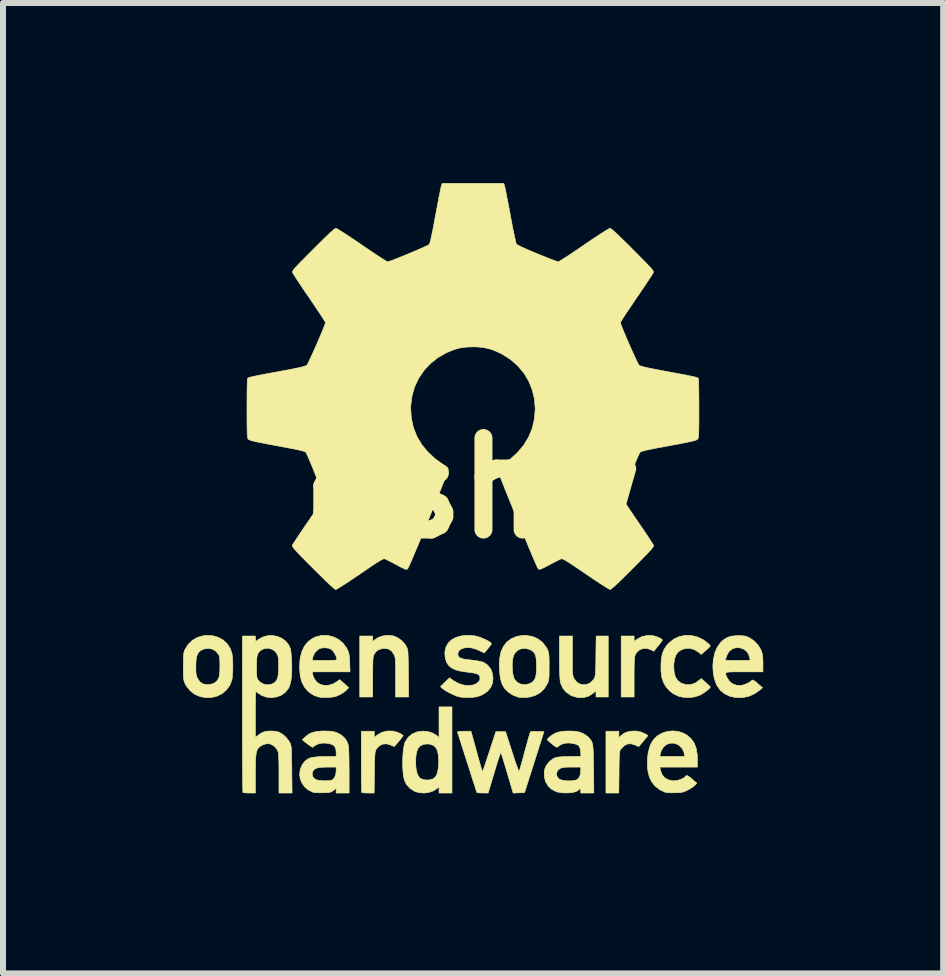
<source format=kicad_pcb>
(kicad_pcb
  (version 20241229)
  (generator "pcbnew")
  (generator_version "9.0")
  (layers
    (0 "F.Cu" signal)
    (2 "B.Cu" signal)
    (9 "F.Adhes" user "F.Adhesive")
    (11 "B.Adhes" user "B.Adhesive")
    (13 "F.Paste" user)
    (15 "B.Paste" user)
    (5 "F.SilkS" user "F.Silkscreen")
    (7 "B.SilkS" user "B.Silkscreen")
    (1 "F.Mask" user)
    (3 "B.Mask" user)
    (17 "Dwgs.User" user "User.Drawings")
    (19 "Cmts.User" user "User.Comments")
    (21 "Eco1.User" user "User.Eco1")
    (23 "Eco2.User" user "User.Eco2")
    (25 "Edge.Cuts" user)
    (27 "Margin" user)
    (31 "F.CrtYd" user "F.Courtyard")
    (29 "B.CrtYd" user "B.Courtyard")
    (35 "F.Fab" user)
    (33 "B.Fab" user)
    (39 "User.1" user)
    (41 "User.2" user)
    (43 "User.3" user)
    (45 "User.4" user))
  (footprint "oshw"
    (layer "F.Cu")
    (at 4.825 5.085)
    (property "Reference" "oshw" (at 0 0 0) (layer "F.SilkS") (effects (font (size 1.524 1.524) (thickness 0.3))))
    (attr through_hole)
    (fp_poly (pts (xy 3.019 2.461) (xy 3.066 2.474) (xy 3.11 2.492) (xy 3.144 2.51) (xy 3.161 2.526) (xy 3.162 2.53) (xy 3.155 2.545) (xy 3.134 2.575) (xy 3.105 2.613) (xy 3.091 2.63) (xy 3.02 2.717) (xy 2.968 2.691) (xy 2.903 2.67) (xy 2.839 2.673) (xy 2.781 2.696) (xy 2.733 2.74) (xy 2.715 2.77) (xy 2.708 2.785) (xy 2.703 2.806) (xy 2.699 2.833) (xy 2.696 2.871) (xy 2.694 2.922) (xy 2.693 2.991) (xy 2.692 3.08) (xy 2.692 3.146) (xy 2.692 3.48) (xy 2.477 3.48) (xy 2.477 2.464) (xy 2.692 2.464) (xy 2.692 2.553) (xy 2.743 2.517) (xy 2.822 2.474) (xy 2.911 2.454) (xy 2.975 2.454) (xy 3.019 2.461)) (stroke (width 0.01) (type solid)) (fill yes) (layer "F.SilkS"))
    (fp_poly (pts (xy 2.808 4.064) (xy 2.875 4.094) (xy 2.923 4.123) (xy 2.85 4.211) (xy 2.817 4.251) (xy 2.791 4.282) (xy 2.775 4.301) (xy 2.772 4.304) (xy 2.76 4.302) (xy 2.732 4.291) (xy 2.71 4.281) (xy 2.645 4.26) (xy 2.583 4.263) (xy 2.525 4.292) (xy 2.473 4.346) (xy 2.471 4.348) (xy 2.463 4.36) (xy 2.457 4.374) (xy 2.452 4.393) (xy 2.449 4.42) (xy 2.446 4.459) (xy 2.444 4.512) (xy 2.443 4.583) (xy 2.441 4.675) (xy 2.441 4.732) (xy 2.437 5.08) (xy 2.223 5.08) (xy 2.223 4.051) (xy 2.438 4.051) (xy 2.438 4.158) (xy 2.473 4.125) (xy 2.514 4.092) (xy 2.556 4.07) (xy 2.611 4.055) (xy 2.632 4.051) (xy 2.72 4.046) (xy 2.808 4.064)) (stroke (width 0.01) (type solid)) (fill yes) (layer "F.SilkS"))
    (fp_poly (pts (xy 1.664 2.792) (xy 1.664 2.892) (xy 1.664 2.97) (xy 1.665 3.03) (xy 1.667 3.074) (xy 1.67 3.106) (xy 1.674 3.13) (xy 1.68 3.149) (xy 1.688 3.166) (xy 1.693 3.175) (xy 1.733 3.228) (xy 1.785 3.262) (xy 1.843 3.276) (xy 1.903 3.27) (xy 1.96 3.245) (xy 2.008 3.199) (xy 2.025 3.175) (xy 2.033 3.16) (xy 2.039 3.143) (xy 2.044 3.12) (xy 2.048 3.089) (xy 2.05 3.046) (xy 2.052 2.988) (xy 2.054 2.912) (xy 2.055 2.814) (xy 2.055 2.797) (xy 2.06 2.464) (xy 2.261 2.464) (xy 2.261 3.48) (xy 2.057 3.48) (xy 2.057 3.376) (xy 2.007 3.42) (xy 1.934 3.466) (xy 1.852 3.49) (xy 1.765 3.491) (xy 1.677 3.469) (xy 1.636 3.451) (xy 1.559 3.398) (xy 1.503 3.331) (xy 1.467 3.249) (xy 1.462 3.225) (xy 1.458 3.193) (xy 1.454 3.139) (xy 1.451 3.067) (xy 1.449 2.98) (xy 1.448 2.881) (xy 1.448 2.812) (xy 1.448 2.464) (xy 1.664 2.464) (xy 1.664 2.792)) (stroke (width 0.01) (type solid)) (fill yes) (layer "F.SilkS"))
    (fp_poly (pts (xy -1.335 4.047) (xy -1.25 4.069) (xy -1.222 4.081) (xy -1.187 4.101) (xy -1.163 4.116) (xy -1.156 4.122) (xy -1.163 4.135) (xy -1.183 4.161) (xy -1.21 4.195) (xy -1.24 4.232) (xy -1.269 4.266) (xy -1.293 4.292) (xy -1.306 4.305) (xy -1.307 4.305) (xy -1.321 4.3) (xy -1.35 4.287) (xy -1.368 4.279) (xy -1.433 4.26) (xy -1.495 4.265) (xy -1.552 4.293) (xy -1.599 4.342) (xy -1.61 4.36) (xy -1.617 4.376) (xy -1.622 4.396) (xy -1.626 4.424) (xy -1.629 4.464) (xy -1.632 4.518) (xy -1.634 4.589) (xy -1.635 4.681) (xy -1.636 4.74) (xy -1.64 5.08) (xy -1.739 5.08) (xy -1.787 5.079) (xy -1.824 5.076) (xy -1.844 5.072) (xy -1.846 5.072) (xy -1.848 5.057) (xy -1.849 5.021) (xy -1.851 4.964) (xy -1.852 4.89) (xy -1.853 4.802) (xy -1.854 4.702) (xy -1.854 4.593) (xy -1.854 4.557) (xy -1.854 4.051) (xy -1.638 4.051) (xy -1.638 4.153) (xy -1.581 4.109) (xy -1.507 4.068) (xy -1.423 4.047) (xy -1.335 4.047)) (stroke (width 0.01) (type solid)) (fill yes) (layer "F.SilkS"))
    (fp_poly (pts (xy -1.328 2.461) (xy -1.313 2.464) (xy -1.244 2.495) (xy -1.178 2.543) (xy -1.125 2.603) (xy -1.105 2.636) (xy -1.096 2.654) (xy -1.089 2.672) (xy -1.083 2.691) (xy -1.079 2.716) (xy -1.076 2.749) (xy -1.074 2.794) (xy -1.072 2.853) (xy -1.071 2.93) (xy -1.07 3.028) (xy -1.069 3.089) (xy -1.065 3.48) (xy -1.283 3.48) (xy -1.283 3.152) (xy -1.283 3.052) (xy -1.283 2.974) (xy -1.284 2.915) (xy -1.286 2.87) (xy -1.289 2.837) (xy -1.294 2.813) (xy -1.3 2.794) (xy -1.307 2.776) (xy -1.311 2.768) (xy -1.35 2.713) (xy -1.401 2.681) (xy -1.466 2.67) (xy -1.49 2.671) (xy -1.557 2.687) (xy -1.609 2.723) (xy -1.641 2.77) (xy -1.648 2.785) (xy -1.654 2.806) (xy -1.658 2.833) (xy -1.66 2.871) (xy -1.662 2.922) (xy -1.663 2.991) (xy -1.664 3.08) (xy -1.664 3.146) (xy -1.664 3.48) (xy -1.88 3.48) (xy -1.88 2.464) (xy -1.664 2.464) (xy -1.664 2.557) (xy -1.635 2.531) (xy -1.572 2.489) (xy -1.494 2.462) (xy -1.41 2.452) (xy -1.328 2.461)) (stroke (width 0.01) (type solid)) (fill yes) (layer "F.SilkS"))
    (fp_poly (pts (xy 3.643 2.455) (xy 3.742 2.478) (xy 3.838 2.522) (xy 3.926 2.588) (xy 3.927 2.589) (xy 3.95 2.612) (xy 3.962 2.628) (xy 3.962 2.63) (xy 3.953 2.642) (xy 3.93 2.666) (xy 3.896 2.697) (xy 3.886 2.705) (xy 3.81 2.771) (xy 3.769 2.736) (xy 3.697 2.69) (xy 3.622 2.669) (xy 3.544 2.672) (xy 3.485 2.691) (xy 3.429 2.727) (xy 3.39 2.779) (xy 3.365 2.848) (xy 3.354 2.937) (xy 3.353 2.972) (xy 3.359 3.067) (xy 3.379 3.143) (xy 3.414 3.2) (xy 3.464 3.242) (xy 3.485 3.252) (xy 3.562 3.275) (xy 3.64 3.272) (xy 3.715 3.245) (xy 3.769 3.208) (xy 3.81 3.173) (xy 3.886 3.239) (xy 3.922 3.272) (xy 3.949 3.298) (xy 3.962 3.314) (xy 3.962 3.316) (xy 3.952 3.332) (xy 3.926 3.357) (xy 3.888 3.386) (xy 3.846 3.416) (xy 3.803 3.442) (xy 3.785 3.451) (xy 3.702 3.478) (xy 3.607 3.49) (xy 3.51 3.485) (xy 3.433 3.467) (xy 3.347 3.426) (xy 3.29 3.383) (xy 3.228 3.316) (xy 3.183 3.241) (xy 3.154 3.154) (xy 3.14 3.051) (xy 3.14 2.933) (xy 3.148 2.833) (xy 3.165 2.752) (xy 3.193 2.685) (xy 3.233 2.624) (xy 3.275 2.578) (xy 3.356 2.514) (xy 3.446 2.473) (xy 3.543 2.453) (xy 3.643 2.455)) (stroke (width 0.01) (type solid)) (fill yes) (layer "F.SilkS"))
    (fp_poly (pts (xy -0.343 5.08) (xy -0.559 5.08) (xy -0.559 4.974) (xy -0.587 5.001) (xy -0.65 5.043) (xy -0.726 5.07) (xy -0.809 5.081) (xy -0.893 5.074) (xy -0.97 5.05) (xy -0.975 5.047) (xy -1.049 4.997) (xy -1.105 4.931) (xy -1.136 4.865) (xy -1.15 4.804) (xy -1.159 4.728) (xy -1.164 4.64) (xy -1.164 4.588) (xy -0.948 4.588) (xy -0.943 4.662) (xy -0.928 4.741) (xy -0.904 4.798) (xy -0.87 4.836) (xy -0.822 4.857) (xy -0.759 4.864) (xy -0.758 4.864) (xy -0.713 4.86) (xy -0.673 4.85) (xy -0.662 4.846) (xy -0.626 4.82) (xy -0.601 4.784) (xy -0.583 4.731) (xy -0.57 4.661) (xy -0.564 4.588) (xy -0.565 4.513) (xy -0.572 4.442) (xy -0.584 4.381) (xy -0.601 4.339) (xy -0.602 4.337) (xy -0.644 4.292) (xy -0.699 4.268) (xy -0.756 4.262) (xy -0.823 4.271) (xy -0.876 4.299) (xy -0.909 4.337) (xy -0.927 4.379) (xy -0.94 4.439) (xy -0.947 4.511) (xy -0.948 4.588) (xy -1.164 4.588) (xy -1.165 4.548) (xy -1.161 4.456) (xy -1.154 4.37) (xy -1.142 4.296) (xy -1.127 4.238) (xy -1.119 4.22) (xy -1.069 4.148) (xy -1.003 4.095) (xy -0.922 4.061) (xy -0.829 4.048) (xy -0.826 4.048) (xy -0.743 4.056) (xy -0.665 4.081) (xy -0.6 4.119) (xy -0.588 4.13) (xy -0.559 4.157) (xy -0.559 3.645) (xy -0.343 3.645) (xy -0.343 5.08)) (stroke (width 0.01) (type solid)) (fill yes) (layer "F.SilkS"))
    (fp_poly (pts (xy 3.426 4.054) (xy 3.516 4.084) (xy 3.571 4.115) (xy 3.64 4.173) (xy 3.692 4.246) (xy 3.726 4.334) (xy 3.744 4.44) (xy 3.747 4.515) (xy 3.747 4.648) (xy 3.121 4.648) (xy 3.13 4.696) (xy 3.155 4.768) (xy 3.198 4.823) (xy 3.257 4.859) (xy 3.331 4.876) (xy 3.355 4.877) (xy 3.415 4.87) (xy 3.473 4.852) (xy 3.521 4.828) (xy 3.542 4.809) (xy 3.556 4.795) (xy 3.57 4.79) (xy 3.589 4.795) (xy 3.616 4.813) (xy 3.656 4.846) (xy 3.69 4.876) (xy 3.737 4.917) (xy 3.7 4.955) (xy 3.67 4.98) (xy 3.626 5.009) (xy 3.582 5.033) (xy 3.54 5.052) (xy 3.505 5.065) (xy 3.467 5.071) (xy 3.418 5.075) (xy 3.372 5.076) (xy 3.314 5.076) (xy 3.263 5.075) (xy 3.226 5.071) (xy 3.213 5.069) (xy 3.12 5.025) (xy 3.039 4.962) (xy 2.98 4.885) (xy 2.946 4.811) (xy 2.923 4.72) (xy 2.913 4.619) (xy 2.914 4.513) (xy 2.919 4.47) (xy 3.121 4.47) (xy 3.531 4.47) (xy 3.531 4.441) (xy 3.52 4.39) (xy 3.491 4.338) (xy 3.45 4.293) (xy 3.416 4.27) (xy 3.351 4.249) (xy 3.287 4.251) (xy 3.228 4.274) (xy 3.18 4.316) (xy 3.144 4.374) (xy 3.13 4.423) (xy 3.121 4.47) (xy 2.919 4.47) (xy 2.927 4.408) (xy 2.953 4.31) (xy 2.969 4.267) (xy 3.016 4.19) (xy 3.079 4.128) (xy 3.156 4.083) (xy 3.242 4.055) (xy 3.334 4.045) (xy 3.426 4.054)) (stroke (width 0.01) (type solid)) (fill yes) (layer "F.SilkS"))
    (fp_poly (pts (xy 0.896 2.454) (xy 0.999 2.472) (xy 1.09 2.512) (xy 1.167 2.572) (xy 1.228 2.651) (xy 1.249 2.691) (xy 1.259 2.715) (xy 1.266 2.739) (xy 1.271 2.769) (xy 1.274 2.809) (xy 1.276 2.864) (xy 1.276 2.938) (xy 1.276 2.972) (xy 1.276 3.054) (xy 1.275 3.115) (xy 1.273 3.16) (xy 1.268 3.194) (xy 1.262 3.22) (xy 1.253 3.243) (xy 1.249 3.253) (xy 1.196 3.34) (xy 1.127 3.408) (xy 1.043 3.455) (xy 0.945 3.482) (xy 0.893 3.487) (xy 0.84 3.488) (xy 0.791 3.486) (xy 0.758 3.482) (xy 0.756 3.481) (xy 0.671 3.448) (xy 0.595 3.398) (xy 0.533 3.336) (xy 0.495 3.272) (xy 0.472 3.201) (xy 0.456 3.112) (xy 0.448 3.014) (xy 0.447 2.953) (xy 0.661 2.953) (xy 0.663 3.029) (xy 0.672 3.1) (xy 0.688 3.159) (xy 0.703 3.19) (xy 0.749 3.238) (xy 0.808 3.267) (xy 0.874 3.275) (xy 0.942 3.261) (xy 0.967 3.25) (xy 1.005 3.226) (xy 1.032 3.193) (xy 1.051 3.149) (xy 1.061 3.09) (xy 1.066 3.011) (xy 1.066 2.972) (xy 1.064 2.884) (xy 1.056 2.817) (xy 1.042 2.768) (xy 1.019 2.732) (xy 0.986 2.705) (xy 0.957 2.69) (xy 0.886 2.67) (xy 0.818 2.674) (xy 0.757 2.699) (xy 0.708 2.746) (xy 0.694 2.767) (xy 0.676 2.815) (xy 0.665 2.879) (xy 0.661 2.953) (xy 0.447 2.953) (xy 0.447 2.914) (xy 0.455 2.819) (xy 0.471 2.737) (xy 0.474 2.726) (xy 0.515 2.637) (xy 0.573 2.563) (xy 0.648 2.507) (xy 0.737 2.47) (xy 0.836 2.454) (xy 0.896 2.454)) (stroke (width 0.01) (type solid)) (fill yes) (layer "F.SilkS"))
    (fp_poly (pts (xy -2.416 2.454) (xy -2.323 2.476) (xy -2.237 2.518) (xy -2.163 2.579) (xy -2.103 2.657) (xy -2.085 2.692) (xy -2.07 2.728) (xy -2.06 2.764) (xy -2.053 2.806) (xy -2.049 2.862) (xy -2.047 2.911) (xy -2.042 3.061) (xy -2.667 3.061) (xy -2.667 3.09) (xy -2.661 3.118) (xy -2.647 3.157) (xy -2.638 3.175) (xy -2.597 3.231) (xy -2.542 3.268) (xy -2.476 3.286) (xy -2.405 3.285) (xy -2.331 3.265) (xy -2.259 3.224) (xy -2.254 3.22) (xy -2.214 3.19) (xy -2.139 3.257) (xy -2.064 3.325) (xy -2.102 3.365) (xy -2.134 3.392) (xy -2.178 3.422) (xy -2.219 3.444) (xy -2.265 3.465) (xy -2.307 3.477) (xy -2.356 3.484) (xy -2.409 3.487) (xy -2.467 3.488) (xy -2.521 3.486) (xy -2.561 3.481) (xy -2.569 3.479) (xy -2.641 3.454) (xy -2.707 3.413) (xy -2.745 3.382) (xy -2.803 3.313) (xy -2.846 3.228) (xy -2.872 3.126) (xy -2.882 3.004) (xy -2.883 2.976) (xy -2.876 2.87) (xy -2.67 2.87) (xy -2.465 2.87) (xy -2.389 2.87) (xy -2.334 2.869) (xy -2.297 2.867) (xy -2.275 2.864) (xy -2.264 2.858) (xy -2.261 2.851) (xy -2.261 2.847) (xy -2.269 2.814) (xy -2.289 2.771) (xy -2.316 2.728) (xy -2.345 2.694) (xy -2.354 2.687) (xy -2.398 2.667) (xy -2.454 2.66) (xy -2.511 2.663) (xy -2.56 2.679) (xy -2.573 2.687) (xy -2.627 2.739) (xy -2.657 2.8) (xy -2.663 2.823) (xy -2.67 2.87) (xy -2.876 2.87) (xy -2.874 2.844) (xy -2.848 2.731) (xy -2.804 2.637) (xy -2.744 2.561) (xy -2.666 2.503) (xy -2.609 2.477) (xy -2.513 2.454) (xy -2.416 2.454)) (stroke (width 0.01) (type solid)) (fill yes) (layer "F.SilkS"))
    (fp_poly (pts (xy -4.335 2.458) (xy -4.241 2.484) (xy -4.158 2.53) (xy -4.089 2.593) (xy -4.038 2.673) (xy -4.011 2.747) (xy -4.003 2.797) (xy -3.997 2.864) (xy -3.995 2.942) (xy -3.995 3.023) (xy -3.999 3.099) (xy -4.005 3.162) (xy -4.011 3.197) (xy -4.046 3.286) (xy -4.101 3.362) (xy -4.171 3.422) (xy -4.254 3.464) (xy -4.347 3.488) (xy -4.446 3.491) (xy -4.535 3.475) (xy -4.624 3.438) (xy -4.702 3.38) (xy -4.765 3.303) (xy -4.793 3.252) (xy -4.803 3.228) (xy -4.81 3.204) (xy -4.815 3.173) (xy -4.818 3.133) (xy -4.819 3.077) (xy -4.82 3.002) (xy -4.82 2.973) (xy -4.612 2.973) (xy -4.611 3.039) (xy -4.608 3.086) (xy -4.602 3.121) (xy -4.593 3.15) (xy -4.582 3.172) (xy -4.544 3.228) (xy -4.494 3.261) (xy -4.431 3.274) (xy -4.397 3.273) (xy -4.341 3.263) (xy -4.299 3.245) (xy -4.295 3.242) (xy -4.262 3.214) (xy -4.239 3.182) (xy -4.223 3.143) (xy -4.214 3.091) (xy -4.211 3.021) (xy -4.21 2.972) (xy -4.211 2.9) (xy -4.213 2.848) (xy -4.218 2.811) (xy -4.226 2.784) (xy -4.232 2.773) (xy -4.275 2.719) (xy -4.331 2.684) (xy -4.397 2.67) (xy -4.466 2.678) (xy -4.501 2.69) (xy -4.542 2.714) (xy -4.573 2.746) (xy -4.593 2.79) (xy -4.606 2.849) (xy -4.611 2.928) (xy -4.612 2.973) (xy -4.82 2.973) (xy -4.82 2.972) (xy -4.819 2.89) (xy -4.818 2.828) (xy -4.816 2.783) (xy -4.812 2.75) (xy -4.806 2.724) (xy -4.797 2.7) (xy -4.793 2.691) (xy -4.739 2.604) (xy -4.669 2.536) (xy -4.584 2.487) (xy -4.486 2.459) (xy -4.439 2.454) (xy -4.335 2.458)) (stroke (width 0.01) (type solid)) (fill yes) (layer "F.SilkS"))
    (fp_poly (pts (xy 4.485 2.459) (xy 4.529 2.463) (xy 4.565 2.472) (xy 4.603 2.488) (xy 4.613 2.493) (xy 4.692 2.545) (xy 4.759 2.616) (xy 4.807 2.698) (xy 4.813 2.713) (xy 4.826 2.754) (xy 4.834 2.8) (xy 4.838 2.856) (xy 4.839 2.921) (xy 4.839 3.061) (xy 4.528 3.061) (xy 4.428 3.061) (xy 4.351 3.061) (xy 4.294 3.063) (xy 4.255 3.066) (xy 4.23 3.072) (xy 4.219 3.082) (xy 4.217 3.096) (xy 4.223 3.115) (xy 4.233 3.14) (xy 4.236 3.147) (xy 4.276 3.213) (xy 4.33 3.259) (xy 4.399 3.284) (xy 4.458 3.289) (xy 4.498 3.283) (xy 4.547 3.267) (xy 4.596 3.245) (xy 4.634 3.221) (xy 4.646 3.209) (xy 4.657 3.199) (xy 4.671 3.198) (xy 4.69 3.207) (xy 4.72 3.229) (xy 4.763 3.266) (xy 4.782 3.282) (xy 4.832 3.326) (xy 4.794 3.359) (xy 4.697 3.427) (xy 4.593 3.472) (xy 4.485 3.492) (xy 4.373 3.487) (xy 4.289 3.468) (xy 4.2 3.427) (xy 4.128 3.367) (xy 4.072 3.288) (xy 4.033 3.189) (xy 4.012 3.085) (xy 4.004 2.964) (xy 4.012 2.87) (xy 4.214 2.87) (xy 4.626 2.87) (xy 4.618 2.823) (xy 4.597 2.76) (xy 4.559 2.712) (xy 4.51 2.678) (xy 4.452 2.66) (xy 4.393 2.658) (xy 4.336 2.675) (xy 4.285 2.711) (xy 4.261 2.742) (xy 4.24 2.782) (xy 4.225 2.822) (xy 4.223 2.829) (xy 4.214 2.87) (xy 4.012 2.87) (xy 4.014 2.849) (xy 4.038 2.743) (xy 4.077 2.652) (xy 4.129 2.578) (xy 4.135 2.571) (xy 4.193 2.519) (xy 4.253 2.485) (xy 4.321 2.465) (xy 4.404 2.458) (xy 4.426 2.458) (xy 4.485 2.459)) (stroke (width 0.01) (type solid)) (fill yes) (layer "F.SilkS"))
    (fp_poly (pts (xy -2.393 4.049) (xy -2.339 4.054) (xy -2.294 4.064) (xy -2.258 4.076) (xy -2.184 4.116) (xy -2.125 4.171) (xy -2.085 4.238) (xy -2.071 4.281) (xy -2.067 4.312) (xy -2.064 4.365) (xy -2.061 4.437) (xy -2.059 4.524) (xy -2.058 4.623) (xy -2.057 4.712) (xy -2.057 5.08) (xy -2.273 5.08) (xy -2.273 5.003) (xy -2.32 5.038) (xy -2.343 5.054) (xy -2.366 5.065) (xy -2.394 5.071) (xy -2.436 5.074) (xy -2.494 5.076) (xy -2.552 5.076) (xy -2.604 5.075) (xy -2.642 5.071) (xy -2.654 5.069) (xy -2.734 5.031) (xy -2.798 4.978) (xy -2.844 4.913) (xy -2.873 4.839) (xy -2.882 4.762) (xy -2.881 4.759) (xy -2.673 4.759) (xy -2.665 4.804) (xy -2.636 4.841) (xy -2.612 4.856) (xy -2.576 4.867) (xy -2.523 4.874) (xy -2.463 4.877) (xy -2.405 4.875) (xy -2.358 4.868) (xy -2.343 4.864) (xy -2.311 4.839) (xy -2.288 4.795) (xy -2.275 4.737) (xy -2.273 4.706) (xy -2.273 4.648) (xy -2.415 4.648) (xy -2.498 4.65) (xy -2.56 4.656) (xy -2.605 4.668) (xy -2.636 4.685) (xy -2.658 4.711) (xy -2.66 4.714) (xy -2.673 4.759) (xy -2.881 4.759) (xy -2.871 4.684) (xy -2.838 4.609) (xy -2.802 4.561) (xy -2.772 4.532) (xy -2.739 4.51) (xy -2.7 4.494) (xy -2.65 4.483) (xy -2.585 4.477) (xy -2.5 4.473) (xy -2.473 4.473) (xy -2.273 4.468) (xy -2.273 4.4) (xy -2.28 4.34) (xy -2.302 4.298) (xy -2.342 4.271) (xy -2.4 4.254) (xy -2.486 4.247) (xy -2.561 4.258) (xy -2.622 4.286) (xy -2.626 4.289) (xy -2.668 4.32) (xy -2.715 4.288) (xy -2.755 4.259) (xy -2.794 4.229) (xy -2.8 4.224) (xy -2.838 4.193) (xy -2.785 4.143) (xy -2.733 4.102) (xy -2.675 4.073) (xy -2.605 4.056) (xy -2.519 4.048) (xy -2.464 4.047) (xy -2.393 4.049)) (stroke (width 0.01) (type solid)) (fill yes) (layer "F.SilkS"))
    (fp_poly (pts (xy -0.003 2.457) (xy 0.044 2.462) (xy 0.1 2.477) (xy 0.164 2.501) (xy 0.227 2.529) (xy 0.278 2.557) (xy 0.297 2.571) (xy 0.308 2.58) (xy 0.312 2.589) (xy 0.309 2.603) (xy 0.295 2.624) (xy 0.269 2.657) (xy 0.23 2.705) (xy 0.225 2.71) (xy 0.195 2.747) (xy 0.112 2.706) (xy 0.048 2.68) (xy -0.016 2.662) (xy -0.042 2.658) (xy -0.111 2.658) (xy -0.169 2.671) (xy -0.213 2.695) (xy -0.239 2.729) (xy -0.245 2.769) (xy -0.24 2.79) (xy -0.228 2.812) (xy -0.207 2.828) (xy -0.173 2.841) (xy -0.122 2.852) (xy -0.052 2.861) (xy -0.016 2.865) (xy 0.048 2.873) (xy 0.108 2.883) (xy 0.155 2.893) (xy 0.182 2.902) (xy 0.249 2.947) (xy 0.299 3.008) (xy 0.324 3.064) (xy 0.341 3.158) (xy 0.334 3.243) (xy 0.304 3.319) (xy 0.251 3.383) (xy 0.177 3.435) (xy 0.151 3.448) (xy 0.102 3.467) (xy 0.056 3.479) (xy 0.001 3.485) (xy -0.044 3.487) (xy -0.104 3.488) (xy -0.161 3.486) (xy -0.206 3.481) (xy -0.215 3.479) (xy -0.268 3.464) (xy -0.331 3.437) (xy -0.397 3.405) (xy -0.455 3.372) (xy -0.493 3.344) (xy -0.534 3.308) (xy -0.459 3.234) (xy -0.384 3.16) (xy -0.319 3.207) (xy -0.23 3.257) (xy -0.136 3.284) (xy -0.065 3.289) (xy 0.004 3.281) (xy 0.06 3.26) (xy 0.101 3.229) (xy 0.123 3.189) (xy 0.122 3.146) (xy 0.113 3.123) (xy 0.096 3.106) (xy 0.067 3.092) (xy 0.022 3.081) (xy -0.041 3.072) (xy -0.094 3.065) (xy -0.202 3.049) (xy -0.288 3.026) (xy -0.354 2.993) (xy -0.402 2.95) (xy -0.435 2.896) (xy -0.456 2.827) (xy -0.456 2.825) (xy -0.462 2.735) (xy -0.446 2.654) (xy -0.408 2.585) (xy -0.351 2.528) (xy -0.275 2.487) (xy -0.182 2.461) (xy -0.127 2.455) (xy -0.066 2.453) (xy -0.003 2.457)) (stroke (width 0.01) (type solid)) (fill yes) (layer "F.SilkS"))
    (fp_poly (pts (xy -0.008 4.115) (xy 0.000434 4.147) (xy 0.015 4.198) (xy 0.033 4.264) (xy 0.054 4.341) (xy 0.077 4.424) (xy 0.084 4.452) (xy 0.106 4.531) (xy 0.126 4.601) (xy 0.143 4.658) (xy 0.156 4.7) (xy 0.164 4.722) (xy 0.165 4.724) (xy 0.171 4.713) (xy 0.183 4.68) (xy 0.201 4.629) (xy 0.223 4.564) (xy 0.249 4.486) (xy 0.277 4.4) (xy 0.28 4.391) (xy 0.388 4.058) (xy 0.55 4.058) (xy 0.659 4.397) (xy 0.687 4.484) (xy 0.713 4.562) (xy 0.736 4.627) (xy 0.755 4.678) (xy 0.768 4.71) (xy 0.776 4.721) (xy 0.776 4.721) (xy 0.782 4.705) (xy 0.793 4.668) (xy 0.808 4.613) (xy 0.828 4.544) (xy 0.85 4.464) (xy 0.87 4.388) (xy 0.894 4.302) (xy 0.915 4.224) (xy 0.934 4.157) (xy 0.95 4.106) (xy 0.96 4.072) (xy 0.965 4.06) (xy 0.981 4.056) (xy 1.016 4.054) (xy 1.063 4.053) (xy 1.082 4.054) (xy 1.19 4.058) (xy 1.028 4.566) (xy 0.866 5.074) (xy 0.771 5.077) (xy 0.677 5.081) (xy 0.578 4.747) (xy 0.552 4.659) (xy 0.528 4.579) (xy 0.507 4.511) (xy 0.49 4.457) (xy 0.478 4.42) (xy 0.472 4.405) (xy 0.471 4.404) (xy 0.466 4.414) (xy 0.454 4.445) (xy 0.438 4.494) (xy 0.417 4.558) (xy 0.393 4.636) (xy 0.367 4.722) (xy 0.362 4.738) (xy 0.26 5.08) (xy 0.169 5.08) (xy 0.124 5.079) (xy 0.089 5.076) (xy 0.072 5.071) (xy 0.072 5.07) (xy 0.067 5.057) (xy 0.055 5.021) (xy 0.038 4.967) (xy 0.015 4.896) (xy -0.013 4.812) (xy -0.043 4.716) (xy -0.076 4.612) (xy -0.089 4.572) (xy -0.123 4.465) (xy -0.155 4.366) (xy -0.184 4.276) (xy -0.208 4.199) (xy -0.228 4.137) (xy -0.242 4.093) (xy -0.25 4.07) (xy -0.251 4.067) (xy -0.247 4.059) (xy -0.227 4.054) (xy -0.187 4.052) (xy -0.142 4.051) (xy -0.027 4.051) (xy -0.008 4.115)) (stroke (width 0.01) (type solid)) (fill yes) (layer "F.SilkS"))
    (fp_poly (pts (xy 1.722 4.053) (xy 1.79 4.067) (xy 1.791 4.067) (xy 1.864 4.1) (xy 1.928 4.147) (xy 1.975 4.205) (xy 1.989 4.232) (xy 1.995 4.25) (xy 2.001 4.271) (xy 2.005 4.299) (xy 2.008 4.337) (xy 2.011 4.386) (xy 2.013 4.452) (xy 2.015 4.535) (xy 2.016 4.64) (xy 2.017 4.683) (xy 2.021 5.08) (xy 1.803 5.08) (xy 1.803 5.032) (xy 1.802 5.003) (xy 1.797 4.997) (xy 1.789 5.008) (xy 1.769 5.028) (xy 1.736 5.049) (xy 1.723 5.056) (xy 1.673 5.07) (xy 1.607 5.078) (xy 1.535 5.079) (xy 1.464 5.074) (xy 1.405 5.061) (xy 1.398 5.059) (xy 1.319 5.019) (xy 1.259 4.963) (xy 1.217 4.893) (xy 1.196 4.812) (xy 1.196 4.743) (xy 1.4 4.743) (xy 1.401 4.787) (xy 1.423 4.828) (xy 1.451 4.852) (xy 1.491 4.866) (xy 1.546 4.875) (xy 1.608 4.878) (xy 1.669 4.875) (xy 1.72 4.865) (xy 1.74 4.858) (xy 1.773 4.827) (xy 1.795 4.775) (xy 1.803 4.706) (xy 1.803 4.696) (xy 1.803 4.648) (xy 1.654 4.648) (xy 1.583 4.649) (xy 1.531 4.652) (xy 1.494 4.658) (xy 1.466 4.668) (xy 1.461 4.67) (xy 1.42 4.702) (xy 1.4 4.743) (xy 1.196 4.743) (xy 1.196 4.724) (xy 1.207 4.67) (xy 1.234 4.613) (xy 1.28 4.558) (xy 1.337 4.513) (xy 1.351 4.505) (xy 1.374 4.494) (xy 1.399 4.486) (xy 1.431 4.481) (xy 1.474 4.477) (xy 1.534 4.474) (xy 1.605 4.473) (xy 1.806 4.468) (xy 1.801 4.393) (xy 1.792 4.335) (xy 1.773 4.296) (xy 1.738 4.272) (xy 1.683 4.256) (xy 1.676 4.254) (xy 1.598 4.246) (xy 1.527 4.253) (xy 1.469 4.274) (xy 1.449 4.288) (xy 1.423 4.307) (xy 1.405 4.318) (xy 1.404 4.318) (xy 1.389 4.311) (xy 1.361 4.292) (xy 1.327 4.266) (xy 1.293 4.238) (xy 1.264 4.213) (xy 1.247 4.196) (xy 1.245 4.192) (xy 1.255 4.173) (xy 1.282 4.147) (xy 1.32 4.118) (xy 1.362 4.092) (xy 1.403 4.073) (xy 1.411 4.07) (xy 1.476 4.055) (xy 1.555 4.048) (xy 1.64 4.047) (xy 1.722 4.053)) (stroke (width 0.01) (type solid)) (fill yes) (layer "F.SilkS"))
    (fp_poly (pts (xy -3.248 2.472) (xy -3.174 2.505) (xy -3.11 2.554) (xy -3.061 2.617) (xy -3.035 2.678) (xy -3.029 2.708) (xy -3.024 2.756) (xy -3.019 2.818) (xy -3.015 2.887) (xy -3.014 2.908) (xy -3.012 3.041) (xy -3.018 3.151) (xy -3.032 3.239) (xy -3.054 3.308) (xy -3.067 3.335) (xy -3.119 3.4) (xy -3.186 3.449) (xy -3.264 3.479) (xy -3.347 3.491) (xy -3.431 3.483) (xy -3.512 3.455) (xy -3.564 3.422) (xy -3.591 3.403) (xy -3.61 3.392) (xy -3.612 3.391) (xy -3.614 3.403) (xy -3.616 3.438) (xy -3.617 3.491) (xy -3.618 3.561) (xy -3.619 3.644) (xy -3.619 3.736) (xy -3.619 3.772) (xy -3.619 4.153) (xy -3.562 4.109) (xy -3.52 4.082) (xy -3.478 4.061) (xy -3.457 4.055) (xy -3.394 4.047) (xy -3.325 4.048) (xy -3.262 4.056) (xy -3.224 4.067) (xy -3.163 4.103) (xy -3.105 4.156) (xy -3.059 4.216) (xy -3.046 4.239) (xy -3.037 4.257) (xy -3.031 4.275) (xy -3.026 4.296) (xy -3.022 4.323) (xy -3.019 4.359) (xy -3.017 4.407) (xy -3.015 4.471) (xy -3.014 4.554) (xy -3.012 4.658) (xy -3.012 4.689) (xy -3.008 5.08) (xy -3.226 5.08) (xy -3.226 4.761) (xy -3.226 4.641) (xy -3.228 4.543) (xy -3.232 4.468) (xy -3.236 4.416) (xy -3.241 4.392) (xy -3.268 4.339) (xy -3.313 4.294) (xy -3.366 4.265) (xy -3.386 4.26) (xy -3.439 4.26) (xy -3.496 4.278) (xy -3.546 4.307) (xy -3.572 4.333) (xy -3.586 4.354) (xy -3.596 4.381) (xy -3.605 4.415) (xy -3.611 4.46) (xy -3.615 4.519) (xy -3.617 4.595) (xy -3.619 4.691) (xy -3.619 4.778) (xy -3.619 5.08) (xy -3.719 5.08) (xy -3.767 5.079) (xy -3.805 5.076) (xy -3.825 5.072) (xy -3.827 5.072) (xy -3.828 5.058) (xy -3.829 5.021) (xy -3.83 4.961) (xy -3.831 4.882) (xy -3.832 4.783) (xy -3.833 4.668) (xy -3.834 4.538) (xy -3.834 4.394) (xy -3.835 4.238) (xy -3.835 4.072) (xy -3.835 3.898) (xy -3.835 3.763) (xy -3.835 2.979) (xy -3.6 2.979) (xy -3.6 3.053) (xy -3.598 3.106) (xy -3.595 3.143) (xy -3.589 3.169) (xy -3.58 3.188) (xy -3.578 3.192) (xy -3.533 3.238) (xy -3.476 3.267) (xy -3.412 3.277) (xy -3.349 3.266) (xy -3.317 3.251) (xy -3.285 3.226) (xy -3.262 3.195) (xy -3.246 3.153) (xy -3.237 3.096) (xy -3.233 3.02) (xy -3.232 2.972) (xy -3.233 2.902) (xy -3.235 2.852) (xy -3.239 2.816) (xy -3.247 2.788) (xy -3.258 2.762) (xy -3.258 2.762) (xy -3.297 2.713) (xy -3.35 2.681) (xy -3.41 2.667) (xy -3.471 2.674) (xy -3.519 2.696) (xy -3.549 2.719) (xy -3.57 2.744) (xy -3.585 2.775) (xy -3.594 2.818) (xy -3.599 2.875) (xy -3.6 2.953) (xy -3.6 2.979) (xy -3.835 2.979) (xy -3.835 2.464) (xy -3.621 2.464) (xy -3.613 2.554) (xy -3.57 2.522) (xy -3.494 2.48) (xy -3.412 2.458) (xy -3.329 2.456) (xy -3.248 2.472)) (stroke (width 0.01) (type solid)) (fill yes) (layer "F.SilkS"))
    (fp_poly (pts (xy 0.531 -5.045) (xy 0.536 -5.025) (xy 0.546 -4.983) (xy 0.558 -4.922) (xy 0.573 -4.845) (xy 0.591 -4.755) (xy 0.61 -4.656) (xy 0.629 -4.553) (xy 0.648 -4.447) (xy 0.667 -4.349) (xy 0.685 -4.261) (xy 0.701 -4.186) (xy 0.714 -4.127) (xy 0.724 -4.087) (xy 0.73 -4.069) (xy 0.749 -4.054) (xy 0.792 -4.032) (xy 0.858 -4) (xy 0.949 -3.961) (xy 1.063 -3.913) (xy 1.077 -3.907) (xy 1.164 -3.872) (xy 1.243 -3.84) (xy 1.313 -3.813) (xy 1.368 -3.792) (xy 1.408 -3.778) (xy 1.427 -3.772) (xy 1.428 -3.772) (xy 1.443 -3.779) (xy 1.476 -3.799) (xy 1.525 -3.83) (xy 1.589 -3.871) (xy 1.663 -3.92) (xy 1.746 -3.976) (xy 1.836 -4.038) (xy 1.856 -4.051) (xy 1.948 -4.114) (xy 2.034 -4.172) (xy 2.111 -4.223) (xy 2.178 -4.266) (xy 2.231 -4.299) (xy 2.269 -4.321) (xy 2.289 -4.33) (xy 2.291 -4.331) (xy 2.306 -4.324) (xy 2.334 -4.302) (xy 2.376 -4.265) (xy 2.432 -4.212) (xy 2.504 -4.142) (xy 2.593 -4.056) (xy 2.671 -3.977) (xy 2.76 -3.888) (xy 2.832 -3.815) (xy 2.89 -3.756) (xy 2.934 -3.71) (xy 2.967 -3.674) (xy 2.99 -3.648) (xy 3.004 -3.628) (xy 3.012 -3.614) (xy 3.014 -3.603) (xy 3.012 -3.594) (xy 3.011 -3.591) (xy 3.001 -3.573) (xy 2.979 -3.537) (xy 2.945 -3.485) (xy 2.902 -3.42) (xy 2.851 -3.344) (xy 2.794 -3.26) (xy 2.733 -3.171) (xy 2.731 -3.168) (xy 2.671 -3.079) (xy 2.615 -2.996) (xy 2.565 -2.922) (xy 2.524 -2.859) (xy 2.492 -2.809) (xy 2.472 -2.775) (xy 2.464 -2.76) (xy 2.464 -2.759) (xy 2.469 -2.74) (xy 2.483 -2.701) (xy 2.505 -2.646) (xy 2.532 -2.58) (xy 2.564 -2.505) (xy 2.598 -2.425) (xy 2.633 -2.345) (xy 2.668 -2.267) (xy 2.701 -2.196) (xy 2.729 -2.135) (xy 2.752 -2.088) (xy 2.769 -2.058) (xy 2.774 -2.051) (xy 2.787 -2.042) (xy 2.808 -2.034) (xy 2.841 -2.024) (xy 2.888 -2.013) (xy 2.952 -1.999) (xy 3.033 -1.983) (xy 3.136 -1.963) (xy 3.233 -1.945) (xy 3.361 -1.921) (xy 3.466 -1.902) (xy 3.55 -1.886) (xy 3.617 -1.872) (xy 3.667 -1.862) (xy 3.704 -1.853) (xy 3.73 -1.846) (xy 3.747 -1.839) (xy 3.756 -1.833) (xy 3.762 -1.827) (xy 3.764 -1.821) (xy 3.766 -1.804) (xy 3.768 -1.765) (xy 3.769 -1.706) (xy 3.77 -1.631) (xy 3.771 -1.541) (xy 3.772 -1.441) (xy 3.772 -1.334) (xy 3.772 -1.321) (xy 3.772 -1.197) (xy 3.772 -1.096) (xy 3.771 -1.016) (xy 3.77 -0.953) (xy 3.768 -0.906) (xy 3.766 -0.871) (xy 3.763 -0.847) (xy 3.759 -0.831) (xy 3.754 -0.821) (xy 3.75 -0.816) (xy 3.74 -0.808) (xy 3.722 -0.8) (xy 3.693 -0.791) (xy 3.651 -0.781) (xy 3.595 -0.768) (xy 3.521 -0.753) (xy 3.427 -0.735) (xy 3.311 -0.714) (xy 3.271 -0.706) (xy 3.141 -0.682) (xy 3.035 -0.662) (xy 2.951 -0.645) (xy 2.887 -0.631) (xy 2.84 -0.619) (xy 2.81 -0.609) (xy 2.794 -0.601) (xy 2.793 -0.6) (xy 2.782 -0.582) (xy 2.764 -0.544) (xy 2.74 -0.49) (xy 2.712 -0.423) (xy 2.681 -0.347) (xy 2.648 -0.266) (xy 2.615 -0.183) (xy 2.584 -0.101) (xy 2.554 -0.024) (xy 2.529 0.044) (xy 2.51 0.1) (xy 2.497 0.14) (xy 2.492 0.161) (xy 2.492 0.162) (xy 2.501 0.177) (xy 2.522 0.211) (xy 2.554 0.261) (xy 2.596 0.323) (xy 2.645 0.397) (xy 2.7 0.478) (xy 2.753 0.555) (xy 2.813 0.643) (xy 2.868 0.724) (xy 2.917 0.797) (xy 2.958 0.859) (xy 2.989 0.908) (xy 3.009 0.94) (xy 3.017 0.954) (xy 3.017 0.963) (xy 3.01 0.976) (xy 2.997 0.996) (xy 2.974 1.024) (xy 2.941 1.06) (xy 2.895 1.108) (xy 2.836 1.169) (xy 2.762 1.244) (xy 2.672 1.335) (xy 2.569 1.437) (xy 2.482 1.523) (xy 2.411 1.591) (xy 2.356 1.641) (xy 2.317 1.674) (xy 2.296 1.688) (xy 2.293 1.689) (xy 2.276 1.682) (xy 2.242 1.662) (xy 2.192 1.631) (xy 2.128 1.59) (xy 2.054 1.541) (xy 1.972 1.486) (xy 1.887 1.429) (xy 1.782 1.357) (xy 1.696 1.299) (xy 1.628 1.254) (xy 1.574 1.22) (xy 1.534 1.196) (xy 1.506 1.182) (xy 1.488 1.176) (xy 1.481 1.176) (xy 1.46 1.185) (xy 1.422 1.203) (xy 1.372 1.229) (xy 1.314 1.259) (xy 1.303 1.265) (xy 1.234 1.302) (xy 1.183 1.328) (xy 1.147 1.344) (xy 1.123 1.352) (xy 1.108 1.352) (xy 1.097 1.345) (xy 1.088 1.332) (xy 1.087 1.331) (xy 1.077 1.311) (xy 1.058 1.27) (xy 1.032 1.211) (xy 1 1.135) (xy 0.963 1.047) (xy 0.921 0.947) (xy 0.876 0.838) (xy 0.828 0.723) (xy 0.779 0.603) (xy 0.729 0.482) (xy 0.68 0.361) (xy 0.633 0.244) (xy 0.587 0.132) (xy 0.545 0.027) (xy 0.508 -0.067) (xy 0.476 -0.149) (xy 0.45 -0.216) (xy 0.431 -0.266) (xy 0.421 -0.296) (xy 0.419 -0.304) (xy 0.425 -0.332) (xy 0.445 -0.355) (xy 0.467 -0.37) (xy 0.617 -0.473) (xy 0.745 -0.589) (xy 0.851 -0.715) (xy 0.934 -0.851) (xy 0.994 -0.997) (xy 1.031 -1.152) (xy 1.044 -1.316) (xy 1.044 -1.327) (xy 1.031 -1.487) (xy 0.994 -1.64) (xy 0.936 -1.784) (xy 0.856 -1.917) (xy 0.756 -2.036) (xy 0.638 -2.141) (xy 0.502 -2.228) (xy 0.452 -2.254) (xy 0.352 -2.298) (xy 0.262 -2.327) (xy 0.171 -2.345) (xy 0.071 -2.354) (xy 0.006 -2.355) (xy -0.104 -2.351) (xy -0.198 -2.339) (xy -0.288 -2.316) (xy -0.381 -2.28) (xy -0.44 -2.254) (xy -0.581 -2.173) (xy -0.705 -2.074) (xy -0.811 -1.959) (xy -0.898 -1.831) (xy -0.964 -1.691) (xy -1.008 -1.541) (xy -1.029 -1.383) (xy -1.031 -1.327) (xy -1.02 -1.163) (xy -0.985 -1.007) (xy -0.926 -0.86) (xy -0.845 -0.723) (xy -0.74 -0.597) (xy -0.613 -0.481) (xy -0.465 -0.376) (xy -0.454 -0.37) (xy -0.422 -0.346) (xy -0.408 -0.322) (xy -0.406 -0.304) (xy -0.411 -0.287) (xy -0.425 -0.249) (xy -0.446 -0.193) (xy -0.474 -0.12) (xy -0.509 -0.033) (xy -0.548 0.065) (xy -0.591 0.173) (xy -0.637 0.288) (xy -0.686 0.406) (xy -0.735 0.528) (xy -0.785 0.648) (xy -0.833 0.766) (xy -0.88 0.88) (xy -0.924 0.985) (xy -0.965 1.081) (xy -1 1.165) (xy -1.03 1.235) (xy -1.053 1.287) (xy -1.069 1.321) (xy -1.074 1.331) (xy -1.084 1.344) (xy -1.094 1.351) (xy -1.109 1.352) (xy -1.132 1.346) (xy -1.166 1.33) (xy -1.216 1.305) (xy -1.283 1.269) (xy -1.291 1.265) (xy -1.349 1.234) (xy -1.401 1.208) (xy -1.441 1.188) (xy -1.466 1.177) (xy -1.468 1.176) (xy -1.48 1.177) (xy -1.5 1.185) (xy -1.532 1.202) (xy -1.575 1.228) (xy -1.633 1.265) (xy -1.706 1.314) (xy -1.797 1.376) (xy -1.874 1.429) (xy -1.962 1.488) (xy -2.044 1.543) (xy -2.118 1.592) (xy -2.181 1.632) (xy -2.231 1.663) (xy -2.265 1.683) (xy -2.28 1.689) (xy -2.297 1.68) (xy -2.33 1.652) (xy -2.381 1.607) (xy -2.447 1.544) (xy -2.53 1.463) (xy -2.628 1.366) (xy -2.659 1.335) (xy -2.75 1.244) (xy -2.824 1.169) (xy -2.883 1.108) (xy -2.928 1.06) (xy -2.961 1.023) (xy -2.984 0.996) (xy -2.998 0.976) (xy -3.004 0.963) (xy -3.004 0.954) (xy -2.995 0.937) (xy -2.973 0.902) (xy -2.94 0.852) (xy -2.898 0.788) (xy -2.848 0.714) (xy -2.793 0.632) (xy -2.74 0.555) (xy -2.681 0.469) (xy -2.626 0.388) (xy -2.578 0.315) (xy -2.537 0.254) (xy -2.506 0.206) (xy -2.486 0.175) (xy -2.479 0.162) (xy -2.483 0.145) (xy -2.494 0.108) (xy -2.513 0.055) (xy -2.537 -0.011) (xy -2.565 -0.087) (xy -2.597 -0.168) (xy -2.63 -0.251) (xy -2.662 -0.333) (xy -2.694 -0.41) (xy -2.723 -0.479) (xy -2.747 -0.535) (xy -2.767 -0.576) (xy -2.779 -0.598) (xy -2.78 -0.6) (xy -2.793 -0.608) (xy -2.82 -0.617) (xy -2.863 -0.628) (xy -2.924 -0.642) (xy -3.004 -0.658) (xy -3.106 -0.678) (xy -3.23 -0.701) (xy -3.258 -0.706) (xy -3.381 -0.729) (xy -3.481 -0.748) (xy -3.561 -0.764) (xy -3.623 -0.777) (xy -3.669 -0.788) (xy -3.701 -0.798) (xy -3.722 -0.806) (xy -3.735 -0.813) (xy -3.737 -0.816) (xy -3.743 -0.824) (xy -3.747 -0.836) (xy -3.751 -0.854) (xy -3.754 -0.881) (xy -3.756 -0.92) (xy -3.757 -0.972) (xy -3.758 -1.04) (xy -3.759 -1.127) (xy -3.759 -1.235) (xy -3.759 -1.321) (xy -3.759 -1.43) (xy -3.758 -1.531) (xy -3.758 -1.621) (xy -3.756 -1.699) (xy -3.755 -1.759) (xy -3.753 -1.801) (xy -3.752 -1.821) (xy -3.752 -1.821) (xy -3.748 -1.828) (xy -3.742 -1.834) (xy -3.731 -1.841) (xy -3.712 -1.847) (xy -3.684 -1.855) (xy -3.644 -1.864) (xy -3.59 -1.875) (xy -3.52 -1.889) (xy -3.431 -1.906) (xy -3.321 -1.926) (xy -3.22 -1.945) (xy -3.1 -1.967) (xy -3.002 -1.986) (xy -2.924 -2.002) (xy -2.864 -2.015) (xy -2.82 -2.026) (xy -2.79 -2.036) (xy -2.771 -2.044) (xy -2.761 -2.051) (xy -2.75 -2.068) (xy -2.731 -2.105) (xy -2.706 -2.158) (xy -2.676 -2.223) (xy -2.642 -2.297) (xy -2.607 -2.376) (xy -2.572 -2.457) (xy -2.538 -2.535) (xy -2.508 -2.607) (xy -2.483 -2.669) (xy -2.464 -2.718) (xy -2.453 -2.75) (xy -2.451 -2.759) (xy -2.458 -2.774) (xy -2.478 -2.807) (xy -2.509 -2.855) (xy -2.55 -2.918) (xy -2.599 -2.991) (xy -2.654 -3.073) (xy -2.714 -3.162) (xy -2.718 -3.168) (xy -2.78 -3.257) (xy -2.837 -3.342) (xy -2.888 -3.418) (xy -2.931 -3.483) (xy -2.965 -3.536) (xy -2.988 -3.572) (xy -2.998 -3.591) (xy -2.998 -3.591) (xy -3.001 -3.6) (xy -3 -3.61) (xy -2.994 -3.623) (xy -2.982 -3.641) (xy -2.962 -3.666) (xy -2.932 -3.698) (xy -2.892 -3.741) (xy -2.838 -3.796) (xy -2.77 -3.865) (xy -2.686 -3.949) (xy -2.658 -3.977) (xy -2.557 -4.078) (xy -2.473 -4.161) (xy -2.405 -4.226) (xy -2.352 -4.275) (xy -2.313 -4.308) (xy -2.288 -4.327) (xy -2.278 -4.331) (xy -2.261 -4.324) (xy -2.227 -4.304) (xy -2.176 -4.272) (xy -2.111 -4.231) (xy -2.035 -4.181) (xy -1.951 -4.125) (xy -1.86 -4.063) (xy -1.843 -4.051) (xy -1.752 -3.989) (xy -1.668 -3.932) (xy -1.591 -3.881) (xy -1.525 -3.838) (xy -1.473 -3.805) (xy -1.436 -3.782) (xy -1.417 -3.772) (xy -1.415 -3.772) (xy -1.396 -3.777) (xy -1.357 -3.79) (xy -1.303 -3.811) (xy -1.236 -3.837) (xy -1.162 -3.867) (xy -1.083 -3.9) (xy -1.003 -3.933) (xy -0.927 -3.965) (xy -0.858 -3.996) (xy -0.799 -4.022) (xy -0.754 -4.043) (xy -0.728 -4.057) (xy -0.723 -4.061) (xy -0.715 -4.076) (xy -0.705 -4.11) (xy -0.692 -4.164) (xy -0.676 -4.238) (xy -0.656 -4.334) (xy -0.634 -4.453) (xy -0.617 -4.547) (xy -0.597 -4.653) (xy -0.578 -4.753) (xy -0.561 -4.843) (xy -0.545 -4.92) (xy -0.533 -4.982) (xy -0.524 -5.024) (xy -0.518 -5.045) (xy -0.518 -5.045) (xy -0.505 -5.08) (xy 0.518 -5.08) (xy 0.531 -5.045)) (stroke (width 0.01) (type solid)) (fill yes) (layer "F.SilkS")))
  (gr_rect
    (start -3 -3)
    (end 12.668 13.171)
    (stroke (width 0.1) (type default))
    (fill no)
    (layer "Edge.Cuts")))
</source>
